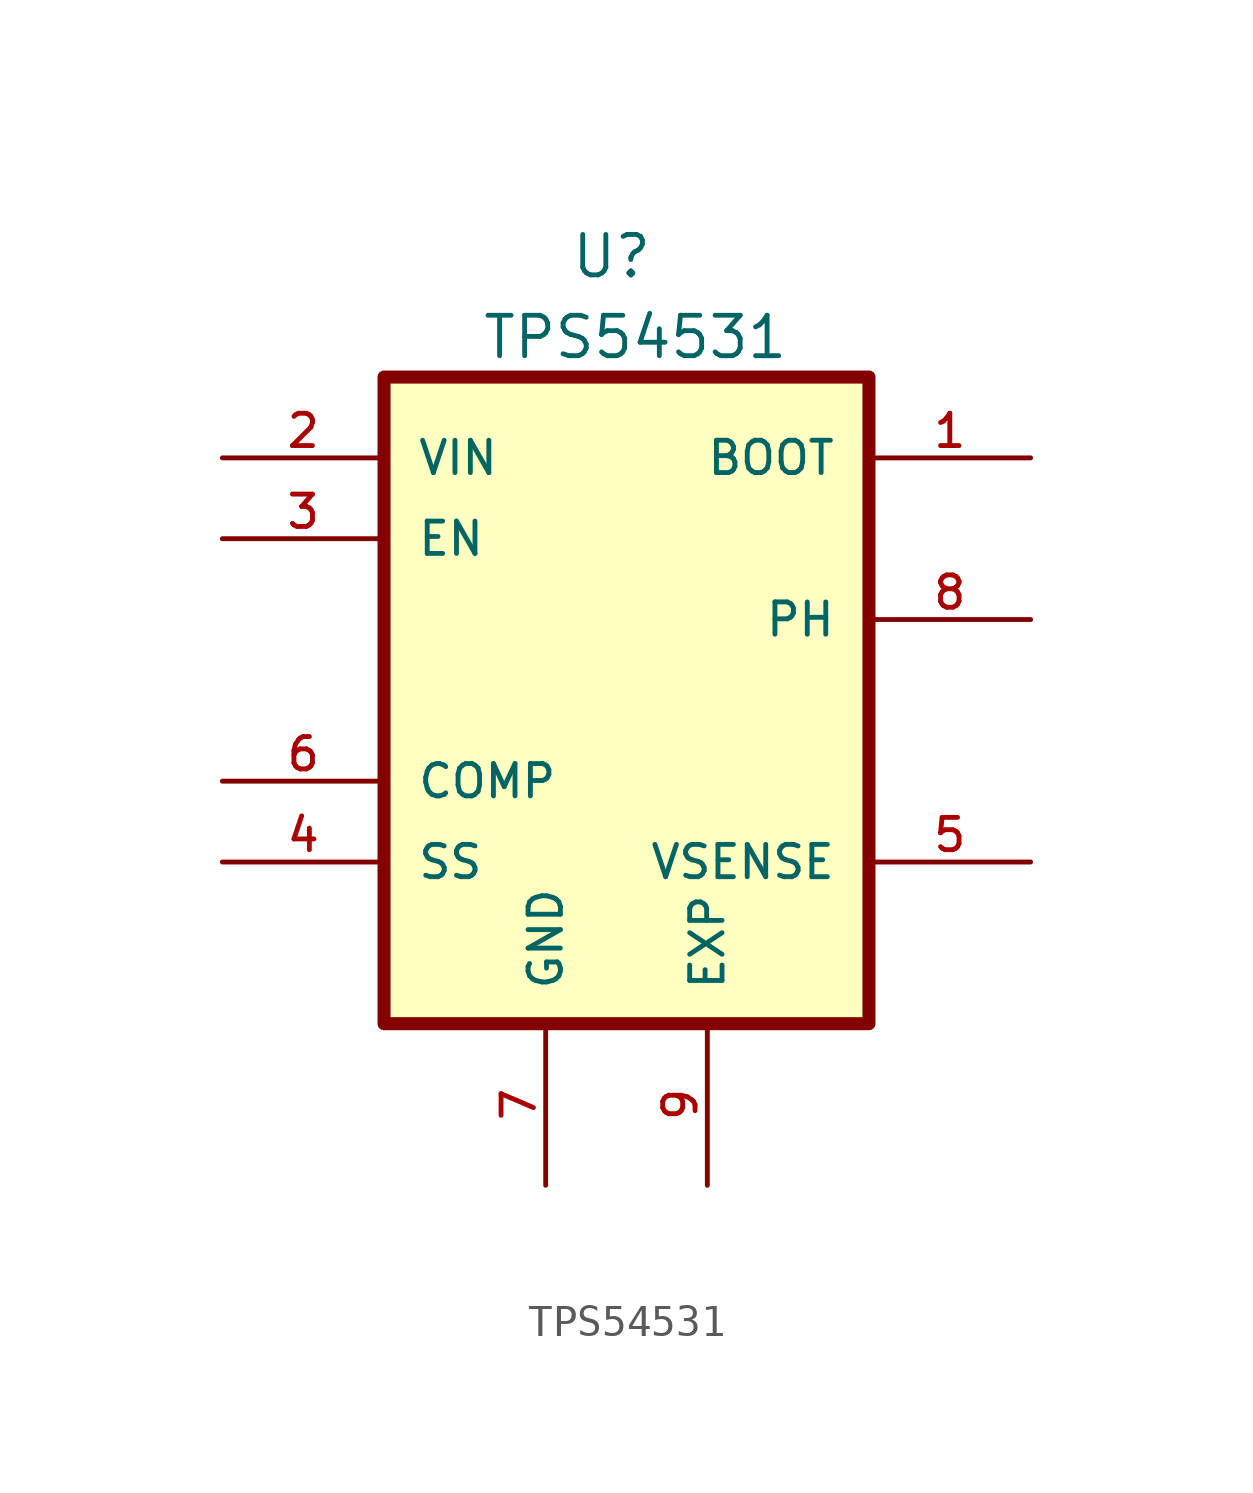
<source format=kicad_sym>
(kicad_symbol_lib
  (version 20231120)
  (generator "kicad_symbol_editor")
  (generator_version "8.0")
  (symbol "TPS54531"
    (pin_names
      (offset 1.016))
    (property "Reference" "U"
      (at -1.778 13.208 0)
      (effects (font (size 1.27 1.27)) (justify left bottom)))
    (property "Value" "TPS54531"
      (at -4.572 10.668 0)
      (effects (font (size 1.27 1.27)) (justify left bottom)))
    (symbol "TPS54531_0_0"
      (rectangle (start -7.62 10.16) (end 7.62 -10.16) (stroke (width 0.41) (type default)) (fill (type background)))
      (pin output line (at 12.7 7.62 180) (length 5.08) (name "BOOT" (effects (font (size 1.016 1.016)))) (number "1" (effects (font (size 1.016 1.016)))))
      (pin input line (at -12.7 7.62 0) (length 5.08) (name "VIN" (effects (font (size 1.016 1.016)))) (number "2" (effects (font (size 1.016 1.016)))))
      (pin input line (at -12.7 5.08 0) (length 5.08) (name "EN" (effects (font (size 1.016 1.016)))) (number "3" (effects (font (size 1.016 1.016)))))
      (pin input line (at -12.7 -5.08 0) (length 5.08) (name "SS" (effects (font (size 1.016 1.016)))) (number "4" (effects (font (size 1.016 1.016)))))
      (pin input line (at 12.7 -5.08 180) (length 5.08) (name "VSENSE" (effects (font (size 1.016 1.016)))) (number "5" (effects (font (size 1.016 1.016)))))
      (pin output line (at -12.7 -2.54 0) (length 5.08) (name "COMP" (effects (font (size 1.016 1.016)))) (number "6" (effects (font (size 1.016 1.016)))))
      (pin power_in line (at -2.54 -15.24 90) (length 5.08) (name "GND" (effects (font (size 1.016 1.016)))) (number "7" (effects (font (size 1.016 1.016)))))
      (pin output line (at 12.7 2.54 180) (length 5.08) (name "PH" (effects (font (size 1.016 1.016)))) (number "8" (effects (font (size 1.016 1.016)))))
      (pin power_in line (at 2.54 -15.24 90) (length 5.08) (name "EXP" (effects (font (size 1.016 1.016)))) (number "9" (effects (font (size 1.016 1.016))))))))
</source>
